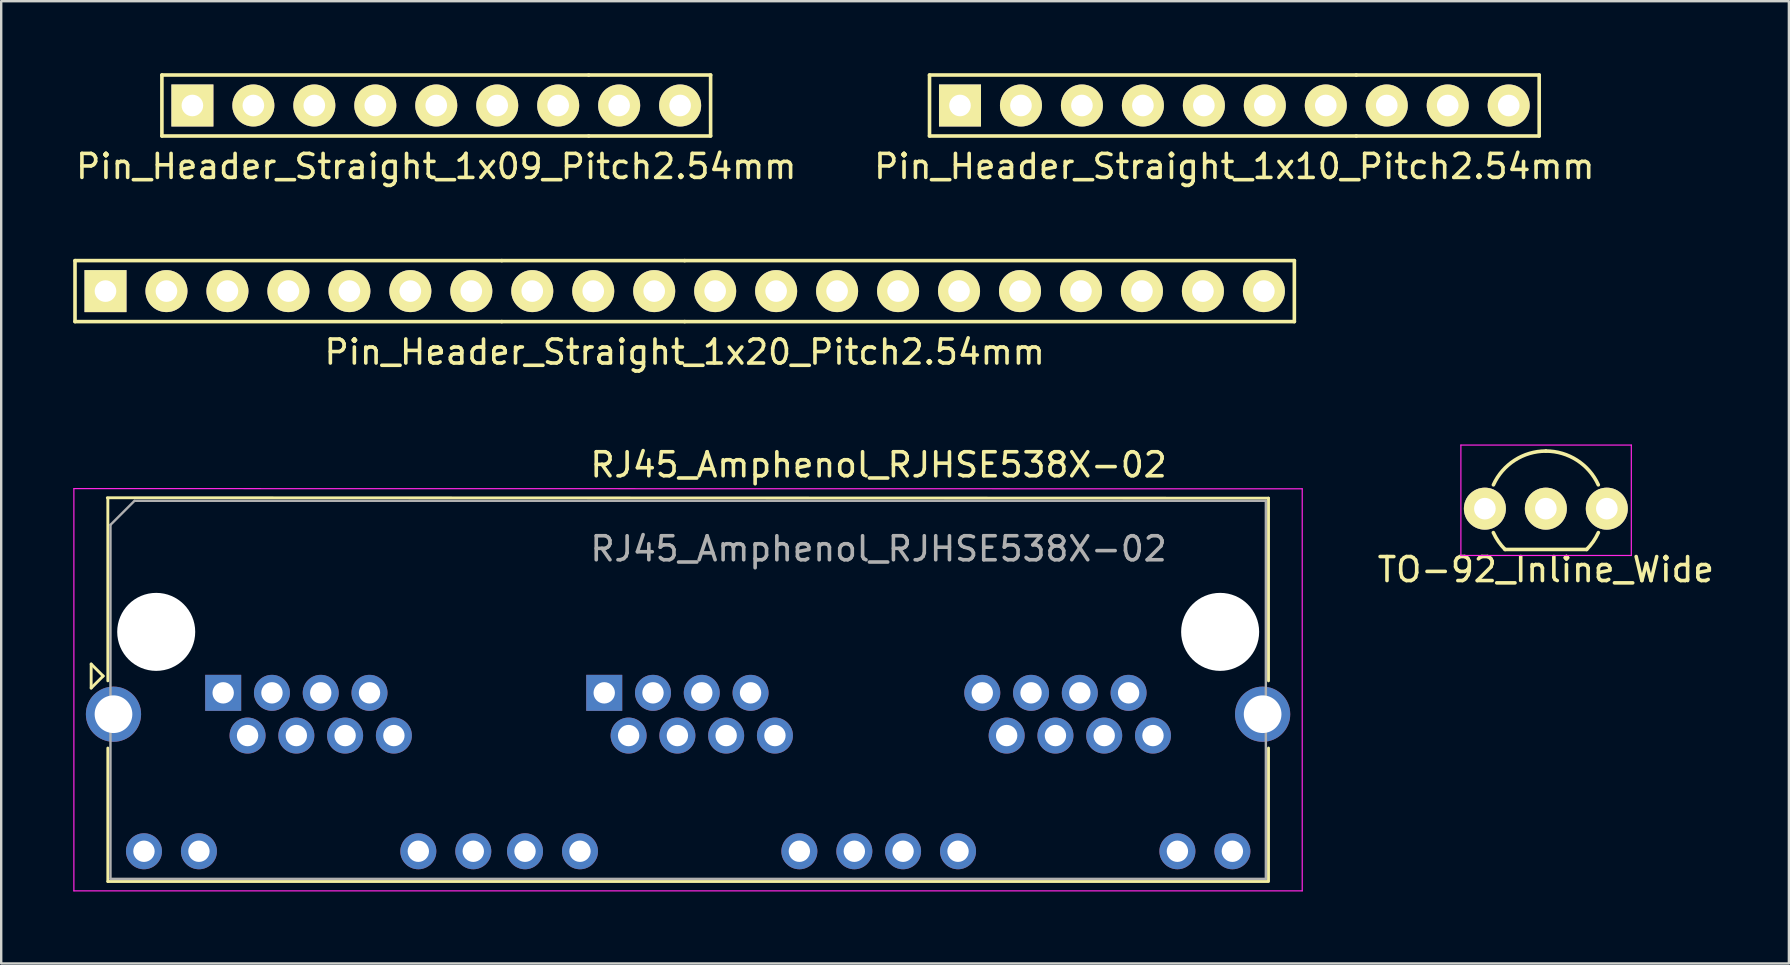
<source format=kicad_pcb>
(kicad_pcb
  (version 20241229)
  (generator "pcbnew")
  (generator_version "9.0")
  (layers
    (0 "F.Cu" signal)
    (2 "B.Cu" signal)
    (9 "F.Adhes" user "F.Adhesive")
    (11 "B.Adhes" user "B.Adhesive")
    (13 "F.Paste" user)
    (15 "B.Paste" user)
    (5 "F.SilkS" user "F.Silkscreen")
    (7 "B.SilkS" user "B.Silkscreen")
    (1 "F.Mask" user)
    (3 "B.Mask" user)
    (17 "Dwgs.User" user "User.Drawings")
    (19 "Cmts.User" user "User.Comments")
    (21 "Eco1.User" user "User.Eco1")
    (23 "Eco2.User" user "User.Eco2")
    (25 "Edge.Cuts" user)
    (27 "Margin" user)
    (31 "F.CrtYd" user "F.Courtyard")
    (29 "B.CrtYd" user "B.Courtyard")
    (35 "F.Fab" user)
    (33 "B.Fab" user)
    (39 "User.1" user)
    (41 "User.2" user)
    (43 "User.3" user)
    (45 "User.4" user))
  (footprint "RJ45_Amphenol_RJHSE538X-02"
    (layer "F.Cu")
    (at 22.123 25.815)
    (property "Reference" "RJ45_Amphenol_RJHSE538X-02" (at 11.43 -9.5 0) (layer "F.SilkS") (effects (font (size 1 1) (thickness 0.15))))
    (attr through_hole)
    (fp_line (start -21.375 -1.2) (end -20.875 -0.7) (stroke (width 0.12) (type solid)) (layer "F.SilkS"))
    (fp_line (start -21.375 -0.2) (end -21.375 -1.2) (stroke (width 0.12) (type solid)) (layer "F.SilkS"))
    (fp_line (start -20.875 -0.7) (end -21.375 -0.2) (stroke (width 0.12) (type solid)) (layer "F.SilkS"))
    (fp_line (start -20.701 -8.128) (end 27.675 -8.11) (stroke (width 0.12) (type solid)) (layer "F.SilkS"))
    (fp_line (start -20.68 -8.11) (end -20.68 -0.5) (stroke (width 0.12) (type solid)) (layer "F.SilkS"))
    (fp_line (start -20.68 7.86) (end -20.68 2.3) (stroke (width 0.12) (type solid)) (layer "F.SilkS"))
    (fp_line (start -20.68 7.86) (end 27.675 7.86) (stroke (width 0.12) (type solid)) (layer "F.SilkS"))
    (fp_line (start 27.675 -8.11) (end 27.675 -0.5) (stroke (width 0.12) (type solid)) (layer "F.SilkS"))
    (fp_line (start 27.675 7.815) (end 27.675 2.3) (stroke (width 0.12) (type solid)) (layer "F.SilkS"))
    (fp_line (start -22.098 -8.509) (end 29.08 -8.5) (stroke (width 0.05) (type solid)) (layer "F.CrtYd"))
    (fp_line (start -22.095 -8.5) (end -22.095 8.25) (stroke (width 0.05) (type solid)) (layer "F.CrtYd"))
    (fp_line (start -22.095 8.25) (end 29.08 8.25) (stroke (width 0.05) (type solid)) (layer "F.CrtYd"))
    (fp_line (start 29.08 -8.5) (end 29.08 8.25) (stroke (width 0.05) (type solid)) (layer "F.CrtYd"))
    (fp_line (start -20.57 -7) (end -20.57 7.75) (stroke (width 0.1) (type solid)) (layer "F.Fab"))
    (fp_line (start -20.57 -7) (end -19.57 -8) (stroke (width 0.1) (type solid)) (layer "F.Fab"))
    (fp_line (start -20.57 7.75) (end 27.565 7.75) (stroke (width 0.1) (type solid)) (layer "F.Fab"))
    (fp_line (start -19.558 -8.001) (end 27.565 -8) (stroke (width 0.1) (type solid)) (layer "F.Fab"))
    (fp_line (start 27.565 -8) (end 27.565 7.75) (stroke (width 0.1) (type solid)) (layer "F.Fab"))
    (fp_text user "${REFERENCE}" (at 11.43 -6 0) (layer "F.Fab") (effects (font (size 1 1) (thickness 0.15))))
    (pad "" np_thru_hole circle (at -18.665 -2.54) (size 3.25 3.25) (drill 3.25) (layers "*.Cu" "*.Mask"))
    (pad "" np_thru_hole circle (at 25.66 -2.54) (size 3.25 3.25) (drill 3.25) (layers "*.Cu" "*.Mask"))
    (pad "1" thru_hole rect (at -15.875 0) (size 1.5 1.5) (drill 0.89) (layers "*.Cu" "*.Mask"))
    (pad "1" thru_hole rect (at 0 0) (size 1.5 1.5) (drill 0.89) (layers "*.Cu" "*.Mask"))
    (pad "2" thru_hole circle (at -14.859 1.78) (size 1.5 1.5) (drill 0.89) (layers "*.Cu" "*.Mask"))
    (pad "2" thru_hole circle (at 1.016 1.78) (size 1.5 1.5) (drill 0.89) (layers "*.Cu" "*.Mask"))
    (pad "3" thru_hole circle (at -13.843 0) (size 1.5 1.5) (drill 0.89) (layers "*.Cu" "*.Mask"))
    (pad "3" thru_hole circle (at 2.032 0) (size 1.5 1.5) (drill 0.89) (layers "*.Cu" "*.Mask"))
    (pad "4" thru_hole circle (at -12.827 1.78) (size 1.5 1.5) (drill 0.89) (layers "*.Cu" "*.Mask"))
    (pad "4" thru_hole circle (at 3.048 1.78) (size 1.5 1.5) (drill 0.89) (layers "*.Cu" "*.Mask"))
    (pad "5" thru_hole circle (at -11.811 0) (size 1.5 1.5) (drill 0.89) (layers "*.Cu" "*.Mask"))
    (pad "5" thru_hole circle (at 4.064 0) (size 1.5 1.5) (drill 0.89) (layers "*.Cu" "*.Mask"))
    (pad "6" thru_hole circle (at -10.795 1.78) (size 1.5 1.5) (drill 0.89) (layers "*.Cu" "*.Mask"))
    (pad "6" thru_hole circle (at 5.08 1.78) (size 1.5 1.5) (drill 0.89) (layers "*.Cu" "*.Mask"))
    (pad "7" thru_hole circle (at -9.779 0) (size 1.5 1.5) (drill 0.89) (layers "*.Cu" "*.Mask"))
    (pad "7" thru_hole circle (at 6.096 0) (size 1.5 1.5) (drill 0.89) (layers "*.Cu" "*.Mask"))
    (pad "8" thru_hole circle (at -8.763 1.78) (size 1.5 1.5) (drill 0.89) (layers "*.Cu" "*.Mask"))
    (pad "8" thru_hole circle (at 7.112 1.78) (size 1.5 1.5) (drill 0.89) (layers "*.Cu" "*.Mask"))
    (pad "9" thru_hole circle (at -19.175 6.6) (size 1.5 1.5) (drill 0.89) (layers "*.Cu" "*.Mask"))
    (pad "9" thru_hole circle (at -3.3 6.6) (size 1.5 1.5) (drill 0.89) (layers "*.Cu" "*.Mask"))
    (pad "10" thru_hole circle (at -16.885 6.6) (size 1.5 1.5) (drill 0.89) (layers "*.Cu" "*.Mask"))
    (pad "10" thru_hole circle (at -1.01 6.6) (size 1.5 1.5) (drill 0.89) (layers "*.Cu" "*.Mask"))
    (pad "11" thru_hole circle (at -7.745 6.6) (size 1.5 1.5) (drill 0.89) (layers "*.Cu" "*.Mask"))
    (pad "11" thru_hole circle (at 8.13 6.6) (size 1.5 1.5) (drill 0.89) (layers "*.Cu" "*.Mask"))
    (pad "12" thru_hole circle (at -5.455 6.6) (size 1.5 1.5) (drill 0.89) (layers "*.Cu" "*.Mask"))
    (pad "12" thru_hole circle (at 10.42 6.6) (size 1.5 1.5) (drill 0.89) (layers "*.Cu" "*.Mask"))
    (pad "13" thru_hole circle (at 15.75 0) (size 1.5 1.5) (drill 0.89) (layers "*.Cu" "*.Mask"))
    (pad "14" thru_hole circle (at 16.766 1.78) (size 1.5 1.5) (drill 0.89) (layers "*.Cu" "*.Mask"))
    (pad "15" thru_hole circle (at 17.782 0) (size 1.5 1.5) (drill 0.89) (layers "*.Cu" "*.Mask"))
    (pad "16" thru_hole circle (at 18.798 1.78) (size 1.5 1.5) (drill 0.89) (layers "*.Cu" "*.Mask"))
    (pad "17" thru_hole circle (at 19.814 0) (size 1.5 1.5) (drill 0.89) (layers "*.Cu" "*.Mask"))
    (pad "18" thru_hole circle (at 20.83 1.78) (size 1.5 1.5) (drill 0.89) (layers "*.Cu" "*.Mask"))
    (pad "19" thru_hole circle (at 21.846 0) (size 1.5 1.5) (drill 0.89) (layers "*.Cu" "*.Mask"))
    (pad "20" thru_hole circle (at 22.862 1.78) (size 1.5 1.5) (drill 0.89) (layers "*.Cu" "*.Mask"))
    (pad "21" thru_hole circle (at 12.45 6.6) (size 1.5 1.5) (drill 0.89) (layers "*.Cu" "*.Mask"))
    (pad "22" thru_hole circle (at 14.74 6.6) (size 1.5 1.5) (drill 0.89) (layers "*.Cu" "*.Mask"))
    (pad "23" thru_hole circle (at 23.88 6.6) (size 1.5 1.5) (drill 0.89) (layers "*.Cu" "*.Mask"))
    (pad "24" thru_hole circle (at 26.17 6.6) (size 1.5 1.5) (drill 0.89) (layers "*.Cu" "*.Mask"))
    (pad "SH" thru_hole circle (at -20.445 0.89) (size 2.3 2.3) (drill 1.57) (layers "*.Cu" "*.Mask"))
    (pad "SH" thru_hole circle (at 27.43 0.89) (size 2.3 2.3) (drill 1.57) (layers "*.Cu" "*.Mask")))
  (footprint "Pin_Header_Straight_1x09_Pitch2.54mm"
    (layer "F.Cu")
    (at 4.965 1.345)
    (property "Reference" "Pin_Header_Straight_1x09_Pitch2.54mm" (at 10.16 2.54 0) (layer "F.SilkS") (effects (font (size 1 1) (thickness 0.15))))
    (attr through_hole)
    (fp_line (start -1.27 -1.27) (end -1.27 1.27) (stroke (width 0.15) (type solid)) (layer "F.SilkS"))
    (fp_line (start -1.27 1.27) (end 16.51 1.27) (stroke (width 0.15) (type solid)) (layer "F.SilkS"))
    (fp_line (start 16.51 -1.27) (end -1.27 -1.27) (stroke (width 0.15) (type solid)) (layer "F.SilkS"))
    (fp_line (start 16.51 -1.27) (end 21.59 -1.27) (stroke (width 0.15) (type solid)) (layer "F.SilkS"))
    (fp_line (start 21.59 -1.27) (end 21.59 1.27) (stroke (width 0.15) (type solid)) (layer "F.SilkS"))
    (fp_line (start 21.59 1.27) (end 16.51 1.27) (stroke (width 0.15) (type solid)) (layer "F.SilkS"))
    (pad "1" thru_hole rect (at 0 0) (size 1.75 1.75) (drill 0.9) (layers "*.Cu" "*.Mask" "F.SilkS"))
    (pad "2" thru_hole circle (at 2.54 0) (size 1.75 1.75) (drill 0.9) (layers "*.Cu" "*.Mask" "F.SilkS"))
    (pad "3" thru_hole circle (at 5.08 0) (size 1.75 1.75) (drill 0.9) (layers "*.Cu" "*.Mask" "F.SilkS"))
    (pad "4" thru_hole circle (at 7.62 0) (size 1.75 1.75) (drill 0.9) (layers "*.Cu" "*.Mask" "F.SilkS"))
    (pad "5" thru_hole circle (at 10.16 0) (size 1.75 1.75) (drill 0.9) (layers "*.Cu" "*.Mask" "F.SilkS"))
    (pad "6" thru_hole circle (at 12.7 0) (size 1.75 1.75) (drill 0.9) (layers "*.Cu" "*.Mask" "F.SilkS"))
    (pad "7" thru_hole circle (at 15.24 0) (size 1.75 1.75) (drill 0.9) (layers "*.Cu" "*.Mask" "F.SilkS"))
    (pad "8" thru_hole circle (at 17.78 0) (size 1.75 1.75) (drill 0.9) (layers "*.Cu" "*.Mask" "F.SilkS"))
    (pad "9" thru_hole circle (at 20.32 0) (size 1.75 1.75) (drill 0.9) (layers "*.Cu" "*.Mask" "F.SilkS")))
  (footprint "Pin_Header_Straight_1x20_Pitch2.54mm"
    (layer "F.Cu")
    (at 1.345 9.078)
    (property "Reference" "Pin_Header_Straight_1x20_Pitch2.54mm" (at 24.13 2.54 0) (layer "F.SilkS") (effects (font (size 1 1) (thickness 0.15))))
    (attr through_hole)
    (fp_line (start -1.27 -1.27) (end -1.27 1.27) (stroke (width 0.15) (type solid)) (layer "F.SilkS"))
    (fp_line (start -1.27 1.27) (end 16.51 1.27) (stroke (width 0.15) (type solid)) (layer "F.SilkS"))
    (fp_line (start 16.51 -1.27) (end -1.27 -1.27) (stroke (width 0.15) (type solid)) (layer "F.SilkS"))
    (fp_line (start 16.51 -1.27) (end 24.13 -1.27) (stroke (width 0.15) (type solid)) (layer "F.SilkS"))
    (fp_line (start 24.13 -1.27) (end 49.53 -1.27) (stroke (width 0.15) (type solid)) (layer "F.SilkS"))
    (fp_line (start 24.13 1.27) (end 16.51 1.27) (stroke (width 0.15) (type solid)) (layer "F.SilkS"))
    (fp_line (start 49.53 -1.27) (end 49.53 1.27) (stroke (width 0.15) (type solid)) (layer "F.SilkS"))
    (fp_line (start 49.53 1.27) (end 24.13 1.27) (stroke (width 0.15) (type solid)) (layer "F.SilkS"))
    (pad "1" thru_hole rect (at 0 0) (size 1.75 1.75) (drill 0.9) (layers "*.Cu" "*.Mask" "F.SilkS"))
    (pad "2" thru_hole circle (at 2.54 0) (size 1.75 1.75) (drill 0.9) (layers "*.Cu" "*.Mask" "F.SilkS"))
    (pad "3" thru_hole circle (at 5.08 0) (size 1.75 1.75) (drill 0.9) (layers "*.Cu" "*.Mask" "F.SilkS"))
    (pad "4" thru_hole circle (at 7.62 0) (size 1.75 1.75) (drill 0.9) (layers "*.Cu" "*.Mask" "F.SilkS"))
    (pad "5" thru_hole circle (at 10.16 0) (size 1.75 1.75) (drill 0.9) (layers "*.Cu" "*.Mask" "F.SilkS"))
    (pad "6" thru_hole circle (at 12.7 0) (size 1.75 1.75) (drill 0.9) (layers "*.Cu" "*.Mask" "F.SilkS"))
    (pad "7" thru_hole circle (at 15.24 0) (size 1.75 1.75) (drill 0.9) (layers "*.Cu" "*.Mask" "F.SilkS"))
    (pad "8" thru_hole circle (at 17.78 0) (size 1.75 1.75) (drill 0.9) (layers "*.Cu" "*.Mask" "F.SilkS"))
    (pad "9" thru_hole circle (at 20.32 0) (size 1.75 1.75) (drill 0.9) (layers "*.Cu" "*.Mask" "F.SilkS"))
    (pad "10" thru_hole circle (at 22.86 0) (size 1.75 1.75) (drill 0.9) (layers "*.Cu" "*.Mask" "F.SilkS"))
    (pad "11" thru_hole circle (at 25.4 0) (size 1.75 1.75) (drill 0.9) (layers "*.Cu" "*.Mask" "F.SilkS"))
    (pad "12" thru_hole circle (at 27.94 0) (size 1.75 1.75) (drill 0.9) (layers "*.Cu" "*.Mask" "F.SilkS"))
    (pad "13" thru_hole circle (at 30.48 0) (size 1.75 1.75) (drill 0.9) (layers "*.Cu" "*.Mask" "F.SilkS"))
    (pad "14" thru_hole circle (at 33.02 0) (size 1.75 1.75) (drill 0.9) (layers "*.Cu" "*.Mask" "F.SilkS"))
    (pad "15" thru_hole circle (at 35.56 0) (size 1.75 1.75) (drill 0.9) (layers "*.Cu" "*.Mask" "F.SilkS"))
    (pad "16" thru_hole circle (at 38.1 0) (size 1.75 1.75) (drill 0.9) (layers "*.Cu" "*.Mask" "F.SilkS"))
    (pad "17" thru_hole circle (at 40.64 0) (size 1.75 1.75) (drill 0.9) (layers "*.Cu" "*.Mask" "F.SilkS"))
    (pad "18" thru_hole circle (at 43.18 0) (size 1.75 1.75) (drill 0.9) (layers "*.Cu" "*.Mask" "F.SilkS"))
    (pad "19" thru_hole circle (at 45.72 0) (size 1.75 1.75) (drill 0.9) (layers "*.Cu" "*.Mask" "F.SilkS"))
    (pad "20" thru_hole circle (at 48.26 0) (size 1.75 1.75) (drill 0.9) (layers "*.Cu" "*.Mask" "F.SilkS")))
  (footprint "Pin_Header_Straight_1x10_Pitch2.54mm"
    (layer "F.Cu")
    (at 36.945 1.345)
    (property "Reference" "Pin_Header_Straight_1x10_Pitch2.54mm" (at 11.43 2.54 0) (layer "F.SilkS") (effects (font (size 1 1) (thickness 0.15))))
    (attr through_hole)
    (fp_line (start -1.27 -1.27) (end -1.27 1.27) (stroke (width 0.15) (type solid)) (layer "F.SilkS"))
    (fp_line (start -1.27 1.27) (end 16.51 1.27) (stroke (width 0.15) (type solid)) (layer "F.SilkS"))
    (fp_line (start 16.51 -1.27) (end -1.27 -1.27) (stroke (width 0.15) (type solid)) (layer "F.SilkS"))
    (fp_line (start 16.51 -1.27) (end 24.13 -1.27) (stroke (width 0.15) (type solid)) (layer "F.SilkS"))
    (fp_line (start 24.13 -1.27) (end 24.13 1.27) (stroke (width 0.15) (type solid)) (layer "F.SilkS"))
    (fp_line (start 24.13 1.27) (end 16.51 1.27) (stroke (width 0.15) (type solid)) (layer "F.SilkS"))
    (pad "1" thru_hole rect (at 0 0) (size 1.75 1.75) (drill 0.9) (layers "*.Cu" "*.Mask" "F.SilkS"))
    (pad "2" thru_hole circle (at 2.54 0) (size 1.75 1.75) (drill 0.9) (layers "*.Cu" "*.Mask" "F.SilkS"))
    (pad "3" thru_hole circle (at 5.08 0) (size 1.75 1.75) (drill 0.9) (layers "*.Cu" "*.Mask" "F.SilkS"))
    (pad "4" thru_hole circle (at 7.62 0) (size 1.75 1.75) (drill 0.9) (layers "*.Cu" "*.Mask" "F.SilkS"))
    (pad "5" thru_hole circle (at 10.16 0) (size 1.75 1.75) (drill 0.9) (layers "*.Cu" "*.Mask" "F.SilkS"))
    (pad "6" thru_hole circle (at 12.7 0) (size 1.75 1.75) (drill 0.9) (layers "*.Cu" "*.Mask" "F.SilkS"))
    (pad "7" thru_hole circle (at 15.24 0) (size 1.75 1.75) (drill 0.9) (layers "*.Cu" "*.Mask" "F.SilkS"))
    (pad "8" thru_hole circle (at 17.78 0) (size 1.75 1.75) (drill 0.9) (layers "*.Cu" "*.Mask" "F.SilkS"))
    (pad "9" thru_hole circle (at 20.32 0) (size 1.75 1.75) (drill 0.9) (layers "*.Cu" "*.Mask" "F.SilkS"))
    (pad "10" thru_hole circle (at 22.86 0) (size 1.75 1.75) (drill 0.9) (layers "*.Cu" "*.Mask" "F.SilkS")))
  (footprint "TO-92_Inline_Wide"
    (layer "F.Cu")
    (at 58.813 18.142)
    (property "Reference" "TO-92_Inline_Wide" (at 2.54 2.54 180) (layer "F.SilkS") (effects (font (size 1 1) (thickness 0.15))))
    (attr through_hole)
    (fp_line (start 0.84 1.7) (end 4.24 1.7) (stroke (width 0.15) (type solid)) (layer "F.SilkS"))
    (fp_arc (start 0.355121 -0.993127) (mid 1.240675 -2.017858) (end 2.54 -2.4) (stroke (width 0.15) (type solid)) (layer "F.SilkS"))
    (fp_arc (start 0.84 1.7) (mid 0.564627 1.370365) (end 0.352305 0.99699) (stroke (width 0.15) (type solid)) (layer "F.SilkS"))
    (fp_arc (start 2.54 -2.4) (mid 3.839326 -2.017858) (end 4.724879 -0.993127) (stroke (width 0.15) (type solid)) (layer "F.SilkS"))
    (fp_arc (start 4.727695 0.99699) (mid 4.515373 1.370365) (end 4.24 1.7) (stroke (width 0.15) (type solid)) (layer "F.SilkS"))
    (fp_line (start -1 -2.65) (end 6.1 -2.65) (stroke (width 0.05) (type solid)) (layer "F.CrtYd"))
    (fp_line (start -1 1.95) (end -1 -2.65) (stroke (width 0.05) (type solid)) (layer "F.CrtYd"))
    (fp_line (start -1 1.95) (end 6.1 1.95) (stroke (width 0.05) (type solid)) (layer "F.CrtYd"))
    (fp_line (start 6.1 1.95) (end 6.1 -2.65) (stroke (width 0.05) (type solid)) (layer "F.CrtYd"))
    (pad "1" thru_hole circle (at 0 0 90) (size 1.75 1.75) (drill 0.9) (layers "*.Cu" "*.Mask" "F.SilkS"))
    (pad "2" thru_hole circle (at 2.54 0 90) (size 1.75 1.75) (drill 0.9) (layers "*.Cu" "*.Mask" "F.SilkS"))
    (pad "3" thru_hole circle (at 5.08 0 90) (size 1.75 1.75) (drill 0.9) (layers "*.Cu" "*.Mask" "F.SilkS")))
  (gr_rect
    (start -3 -3)
    (end 71.478 37.09)
    (stroke (width 0.1) (type default))
    (fill no)
    (layer "Edge.Cuts")))
</source>
